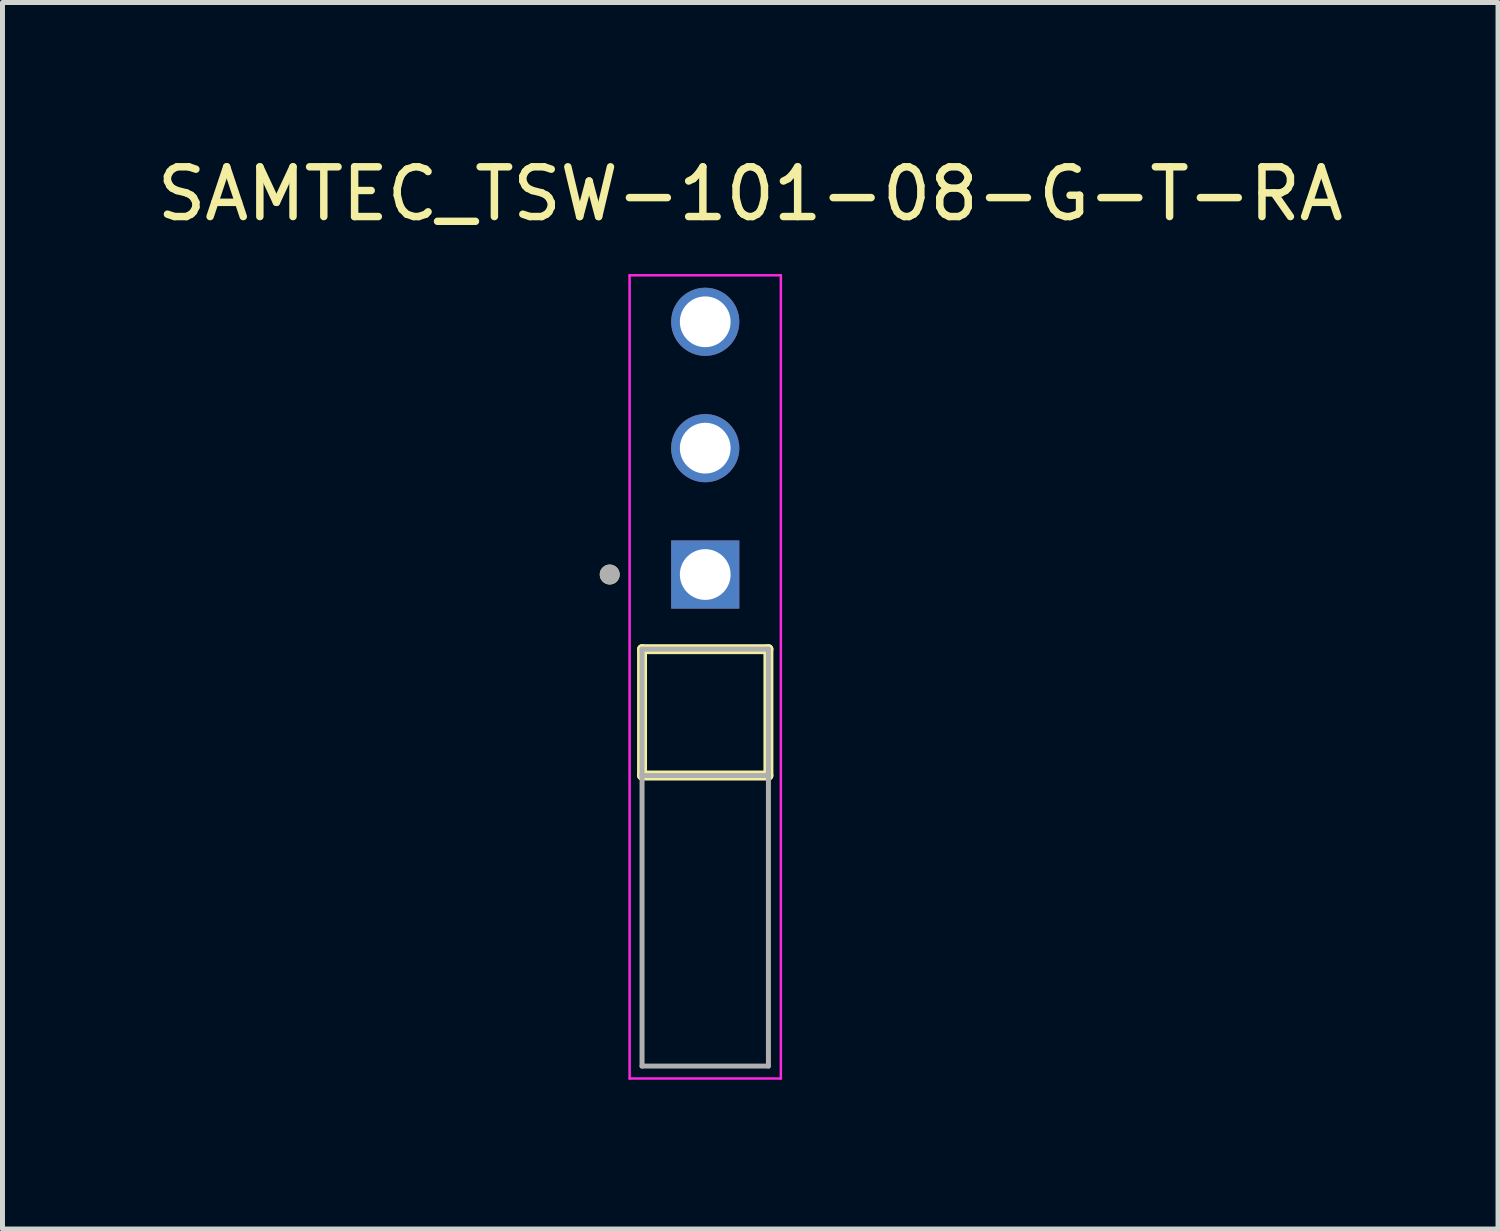
<source format=kicad_pcb>
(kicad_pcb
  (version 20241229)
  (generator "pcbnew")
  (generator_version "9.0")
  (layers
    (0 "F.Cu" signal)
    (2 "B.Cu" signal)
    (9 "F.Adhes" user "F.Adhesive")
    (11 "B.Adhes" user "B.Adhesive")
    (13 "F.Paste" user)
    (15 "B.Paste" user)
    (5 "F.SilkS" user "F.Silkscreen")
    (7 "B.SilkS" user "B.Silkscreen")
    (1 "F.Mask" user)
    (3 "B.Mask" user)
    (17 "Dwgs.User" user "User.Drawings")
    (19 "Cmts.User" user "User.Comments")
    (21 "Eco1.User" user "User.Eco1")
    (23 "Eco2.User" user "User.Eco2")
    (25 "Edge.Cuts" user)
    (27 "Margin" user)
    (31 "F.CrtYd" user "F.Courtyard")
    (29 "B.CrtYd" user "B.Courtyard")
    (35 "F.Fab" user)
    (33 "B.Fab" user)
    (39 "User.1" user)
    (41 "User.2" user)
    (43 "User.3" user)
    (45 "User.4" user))
  (footprint "SAMTEC_TSW-101-08-G-T-RA"
    (layer "F.Cu")
    (at 11.125 11.268)
    (property "Reference" "SAMTEC_TSW-101-08-G-T-RA" (at 0.905 -10.42 0) (layer "F.SilkS") (effects (font (size 1 1) (thickness 0.15))))
    (attr through_hole)
    (fp_line (start -1.27 1.27) (end -1.27 -1.27) (stroke (width 0.2) (type solid)) (layer "F.SilkS"))
    (fp_line (start 1.27 -1.27) (end -1.27 -1.27) (stroke (width 0.2) (type solid)) (layer "F.SilkS"))
    (fp_line (start 1.27 -1.27) (end 1.27 1.27) (stroke (width 0.2) (type solid)) (layer "F.SilkS"))
    (fp_line (start 1.27 1.27) (end -1.27 1.27) (stroke (width 0.2) (type solid)) (layer "F.SilkS"))
    (fp_circle (center -1.92 -2.77) (end -1.82 -2.77) (stroke (width 0.2) (type solid)) (fill no) (layer "F.SilkS"))
    (fp_line (start -1.52 -8.785) (end 1.52 -8.785) (stroke (width 0.05) (type solid)) (layer "F.CrtYd"))
    (fp_line (start -1.52 7.36) (end -1.52 -8.785) (stroke (width 0.05) (type solid)) (layer "F.CrtYd"))
    (fp_line (start 1.52 -8.785) (end 1.52 7.36) (stroke (width 0.05) (type solid)) (layer "F.CrtYd"))
    (fp_line (start 1.52 7.36) (end -1.52 7.36) (stroke (width 0.05) (type solid)) (layer "F.CrtYd"))
    (fp_line (start -1.27 -1.27) (end 1.27 -1.27) (stroke (width 0.1) (type solid)) (layer "F.Fab"))
    (fp_line (start -1.27 1.27) (end -1.27 -1.27) (stroke (width 0.1) (type solid)) (layer "F.Fab"))
    (fp_line (start -1.27 1.27) (end -1.27 7.11) (stroke (width 0.1) (type solid)) (layer "F.Fab"))
    (fp_line (start -1.27 7.11) (end 1.27 7.11) (stroke (width 0.1) (type solid)) (layer "F.Fab"))
    (fp_line (start 1.27 -1.27) (end 1.27 1.27) (stroke (width 0.1) (type solid)) (layer "F.Fab"))
    (fp_line (start 1.27 1.27) (end -1.27 1.27) (stroke (width 0.1) (type solid)) (layer "F.Fab"))
    (fp_line (start 1.27 7.11) (end 1.27 1.27) (stroke (width 0.1) (type solid)) (layer "F.Fab"))
    (fp_circle (center -1.92 -2.77) (end -1.82 -2.77) (stroke (width 0.2) (type solid)) (fill no) (layer "F.Fab"))
    (pad "1" thru_hole circle (at 0 -7.85) (size 1.37 1.37) (drill 1.02) (layers "*.Cu" "*.Mask"))
    (pad "2" thru_hole circle (at 0 -5.31) (size 1.37 1.37) (drill 1.02) (layers "*.Cu" "*.Mask"))
    (pad "3" thru_hole rect (at 0 -2.77) (size 1.37 1.37) (drill 1.02) (layers "*.Cu" "*.Mask")))
  (gr_rect
    (start -3 -3)
    (end 27.06 21.653)
    (stroke (width 0.1) (type default))
    (fill no)
    (layer "Edge.Cuts")))
</source>
